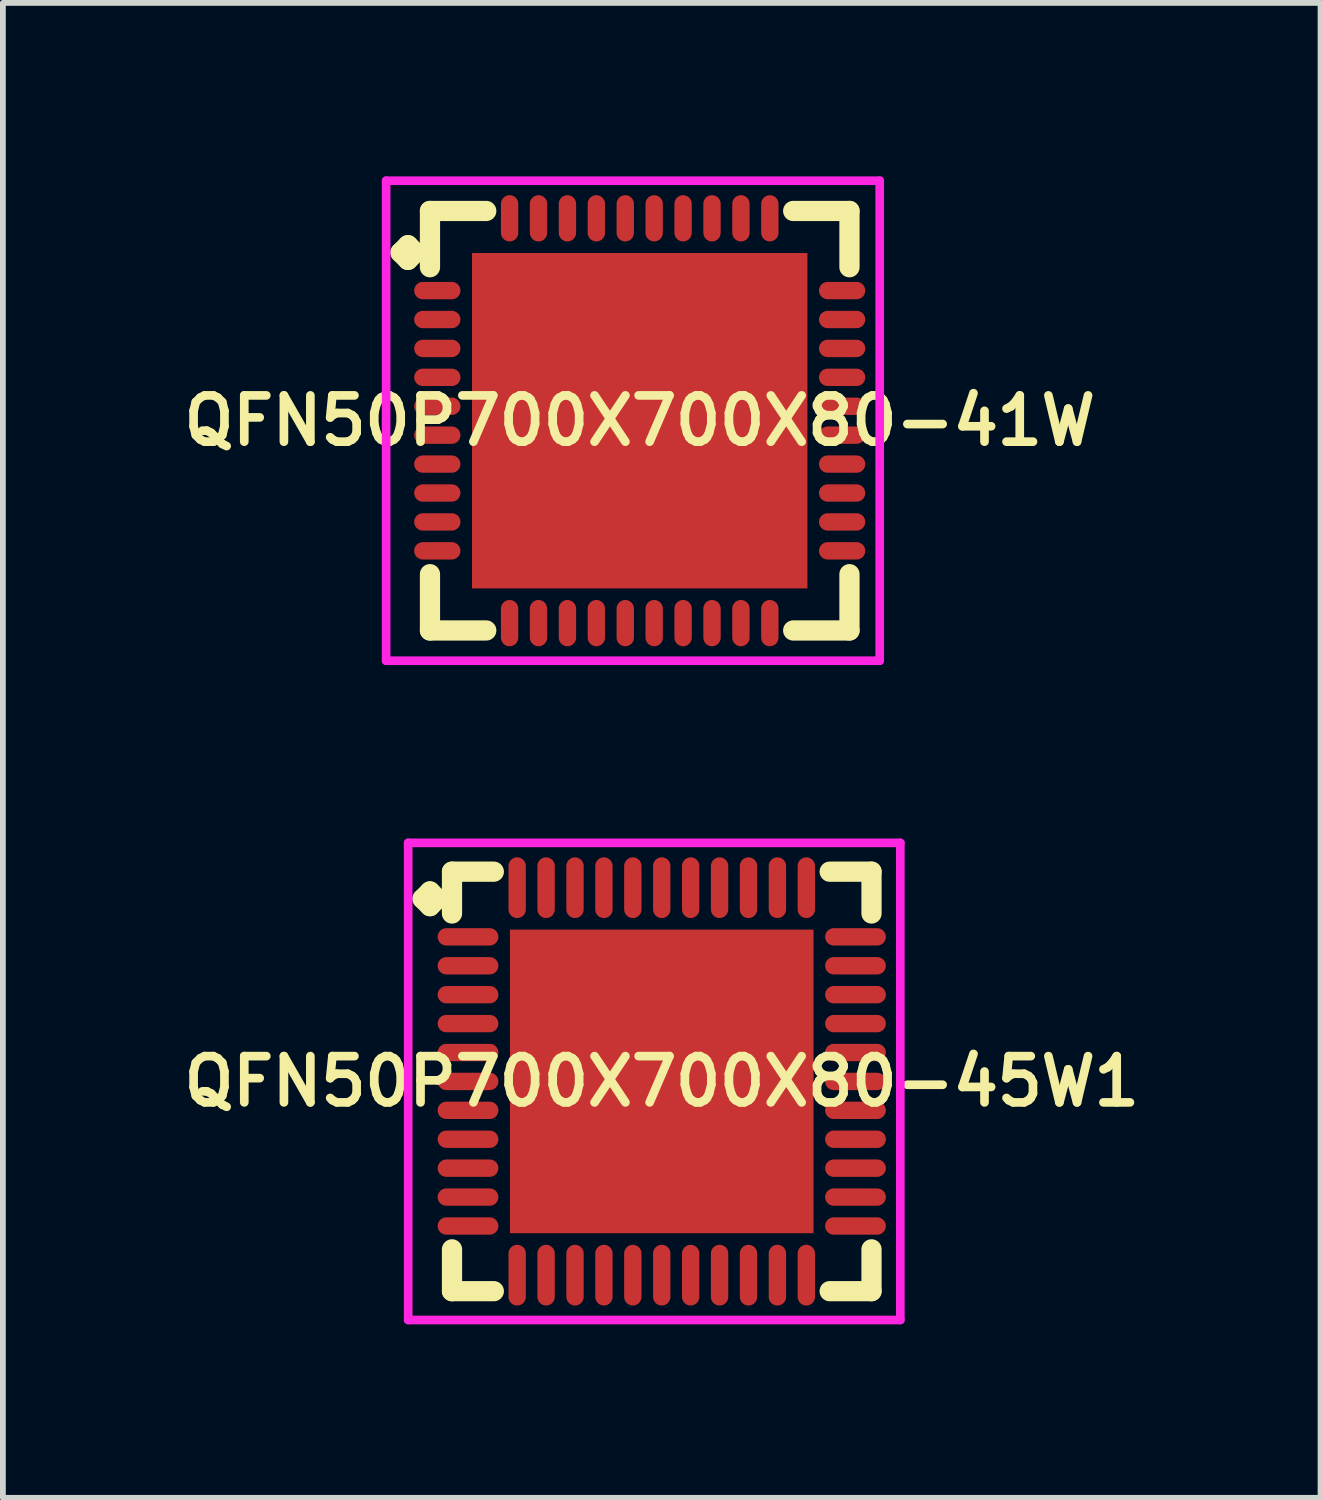
<source format=kicad_pcb>
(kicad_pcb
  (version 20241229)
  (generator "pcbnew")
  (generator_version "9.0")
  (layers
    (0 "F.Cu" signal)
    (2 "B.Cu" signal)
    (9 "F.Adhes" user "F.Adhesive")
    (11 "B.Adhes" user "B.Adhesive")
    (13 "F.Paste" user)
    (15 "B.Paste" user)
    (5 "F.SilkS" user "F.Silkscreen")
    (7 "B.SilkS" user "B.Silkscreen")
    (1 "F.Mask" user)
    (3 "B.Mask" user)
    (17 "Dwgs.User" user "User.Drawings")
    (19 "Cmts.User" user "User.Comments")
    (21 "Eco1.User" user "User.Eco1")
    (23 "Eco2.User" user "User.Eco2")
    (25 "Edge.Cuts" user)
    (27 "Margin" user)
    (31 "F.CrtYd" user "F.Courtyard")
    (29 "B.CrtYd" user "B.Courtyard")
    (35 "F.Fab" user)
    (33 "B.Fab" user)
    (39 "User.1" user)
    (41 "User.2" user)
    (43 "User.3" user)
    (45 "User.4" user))
  (footprint "QFN50P700X700X80-45W1"
    (layer "F.Cu")
    (at 8.393 15.65)
    (property "Reference" "QFN50P700X700X80-45W1" (at 0 0 0) (layer "F.SilkS") (effects (font (size 0.8 0.8) (thickness 0.15))))
    (attr smd)
    (fp_line (start -4.135 -3.158) (end -4.008 -3.285) (stroke (width 0.35) (type solid)) (layer "F.SilkS"))
    (fp_line (start -4.008 -3.285) (end -3.881 -3.158) (stroke (width 0.35) (type solid)) (layer "F.SilkS"))
    (fp_line (start -4.008 -3.031) (end -4.135 -3.158) (stroke (width 0.35) (type solid)) (layer "F.SilkS"))
    (fp_line (start -3.881 -3.158) (end -4.008 -3.031) (stroke (width 0.35) (type solid)) (layer "F.SilkS"))
    (fp_line (start -3.627 -3.627) (end -2.904 -3.627) (stroke (width 0.35) (type solid)) (layer "F.SilkS"))
    (fp_line (start -3.627 -2.904) (end -3.627 -3.627) (stroke (width 0.35) (type solid)) (layer "F.SilkS"))
    (fp_line (start -3.627 2.904) (end -3.627 3.627) (stroke (width 0.35) (type solid)) (layer "F.SilkS"))
    (fp_line (start -3.627 3.627) (end -2.904 3.627) (stroke (width 0.35) (type solid)) (layer "F.SilkS"))
    (fp_line (start 2.904 -3.627) (end 3.627 -3.627) (stroke (width 0.35) (type solid)) (layer "F.SilkS"))
    (fp_line (start 2.904 3.627) (end 3.627 3.627) (stroke (width 0.35) (type solid)) (layer "F.SilkS"))
    (fp_line (start 3.627 -3.627) (end 3.627 -2.904) (stroke (width 0.35) (type solid)) (layer "F.SilkS"))
    (fp_line (start 3.627 3.627) (end 3.627 2.904) (stroke (width 0.35) (type solid)) (layer "F.SilkS"))
    (fp_line (start -4.385 -4.125) (end 4.125 -4.125) (stroke (width 0.15) (type solid)) (layer "F.CrtYd"))
    (fp_line (start -4.385 4.125) (end -4.385 -4.125) (stroke (width 0.15) (type solid)) (layer "F.CrtYd"))
    (fp_line (start 4.125 -4.125) (end 4.125 4.125) (stroke (width 0.15) (type solid)) (layer "F.CrtYd"))
    (fp_line (start 4.125 4.125) (end -4.385 4.125) (stroke (width 0.15) (type solid)) (layer "F.CrtYd"))
    (pad "1" smd oval (at -3.35 -2.5) (size 1.05 0.3) (layers "F.Cu" "F.Mask" "F.Paste"))
    (pad "2" smd oval (at -3.35 -2) (size 1.05 0.3) (layers "F.Cu" "F.Mask" "F.Paste"))
    (pad "3" smd oval (at -3.35 -1.5) (size 1.05 0.3) (layers "F.Cu" "F.Mask" "F.Paste"))
    (pad "4" smd oval (at -3.35 -1) (size 1.05 0.3) (layers "F.Cu" "F.Mask" "F.Paste"))
    (pad "5" smd oval (at -3.35 -0.5) (size 1.05 0.3) (layers "F.Cu" "F.Mask" "F.Paste"))
    (pad "6" smd oval (at -3.35 0) (size 1.05 0.3) (layers "F.Cu" "F.Mask" "F.Paste"))
    (pad "7" smd oval (at -3.35 0.5) (size 1.05 0.3) (layers "F.Cu" "F.Mask" "F.Paste"))
    (pad "8" smd oval (at -3.35 1) (size 1.05 0.3) (layers "F.Cu" "F.Mask" "F.Paste"))
    (pad "9" smd oval (at -3.35 1.5) (size 1.05 0.3) (layers "F.Cu" "F.Mask" "F.Paste"))
    (pad "10" smd oval (at -3.35 2) (size 1.05 0.3) (layers "F.Cu" "F.Mask" "F.Paste"))
    (pad "11" smd oval (at -3.35 2.5) (size 1.05 0.3) (layers "F.Cu" "F.Mask" "F.Paste"))
    (pad "12" smd oval (at -2.5 3.35) (size 0.3 1.05) (layers "F.Cu" "F.Mask" "F.Paste"))
    (pad "13" smd oval (at -2 3.35) (size 0.3 1.05) (layers "F.Cu" "F.Mask" "F.Paste"))
    (pad "14" smd oval (at -1.5 3.35) (size 0.3 1.05) (layers "F.Cu" "F.Mask" "F.Paste"))
    (pad "15" smd oval (at -1 3.35) (size 0.3 1.05) (layers "F.Cu" "F.Mask" "F.Paste"))
    (pad "16" smd oval (at -0.5 3.35) (size 0.3 1.05) (layers "F.Cu" "F.Mask" "F.Paste"))
    (pad "17" smd oval (at 0 3.35) (size 0.3 1.05) (layers "F.Cu" "F.Mask" "F.Paste"))
    (pad "18" smd oval (at 0.5 3.35) (size 0.3 1.05) (layers "F.Cu" "F.Mask" "F.Paste"))
    (pad "19" smd oval (at 1 3.35) (size 0.3 1.05) (layers "F.Cu" "F.Mask" "F.Paste"))
    (pad "20" smd oval (at 1.5 3.35) (size 0.3 1.05) (layers "F.Cu" "F.Mask" "F.Paste"))
    (pad "21" smd oval (at 2 3.35) (size 0.3 1.05) (layers "F.Cu" "F.Mask" "F.Paste"))
    (pad "22" smd oval (at 2.5 3.35) (size 0.3 1.05) (layers "F.Cu" "F.Mask" "F.Paste"))
    (pad "23" smd oval (at 3.35 2.5) (size 1.05 0.3) (layers "F.Cu" "F.Mask" "F.Paste"))
    (pad "24" smd oval (at 3.35 2) (size 1.05 0.3) (layers "F.Cu" "F.Mask" "F.Paste"))
    (pad "25" smd oval (at 3.35 1.5) (size 1.05 0.3) (layers "F.Cu" "F.Mask" "F.Paste"))
    (pad "26" smd oval (at 3.35 1) (size 1.05 0.3) (layers "F.Cu" "F.Mask" "F.Paste"))
    (pad "27" smd oval (at 3.35 0.5) (size 1.05 0.3) (layers "F.Cu" "F.Mask" "F.Paste"))
    (pad "28" smd oval (at 3.35 0) (size 1.05 0.3) (layers "F.Cu" "F.Mask" "F.Paste"))
    (pad "29" smd oval (at 3.35 -0.5) (size 1.05 0.3) (layers "F.Cu" "F.Mask" "F.Paste"))
    (pad "30" smd oval (at 3.35 -1) (size 1.05 0.3) (layers "F.Cu" "F.Mask" "F.Paste"))
    (pad "31" smd oval (at 3.35 -1.5) (size 1.05 0.3) (layers "F.Cu" "F.Mask" "F.Paste"))
    (pad "32" smd oval (at 3.35 -2) (size 1.05 0.3) (layers "F.Cu" "F.Mask" "F.Paste"))
    (pad "33" smd oval (at 3.35 -2.5) (size 1.05 0.3) (layers "F.Cu" "F.Mask" "F.Paste"))
    (pad "34" smd oval (at 2.5 -3.35) (size 0.3 1.05) (layers "F.Cu" "F.Mask" "F.Paste"))
    (pad "35" smd oval (at 2 -3.35) (size 0.3 1.05) (layers "F.Cu" "F.Mask" "F.Paste"))
    (pad "36" smd oval (at 1.5 -3.35) (size 0.3 1.05) (layers "F.Cu" "F.Mask" "F.Paste"))
    (pad "37" smd oval (at 1 -3.35) (size 0.3 1.05) (layers "F.Cu" "F.Mask" "F.Paste"))
    (pad "38" smd oval (at 0.5 -3.35) (size 0.3 1.05) (layers "F.Cu" "F.Mask" "F.Paste"))
    (pad "39" smd oval (at 0 -3.35) (size 0.3 1.05) (layers "F.Cu" "F.Mask" "F.Paste"))
    (pad "40" smd oval (at -0.5 -3.35) (size 0.3 1.05) (layers "F.Cu" "F.Mask" "F.Paste"))
    (pad "41" smd oval (at -1 -3.35) (size 0.3 1.05) (layers "F.Cu" "F.Mask" "F.Paste"))
    (pad "42" smd oval (at -1.5 -3.35) (size 0.3 1.05) (layers "F.Cu" "F.Mask" "F.Paste"))
    (pad "43" smd oval (at -2 -3.35) (size 0.3 1.05) (layers "F.Cu" "F.Mask" "F.Paste"))
    (pad "44" smd oval (at -2.5 -3.35) (size 0.3 1.05) (layers "F.Cu" "F.Mask" "F.Paste"))
    (pad "45" smd rect (at 0 0) (size 5.25 5.25) (layers "F.Cu" "F.Mask" "F.Paste")))
  (footprint "QFN50P700X700X80-41W"
    (layer "F.Cu")
    (at 8.012 4.225)
    (property "Reference" "QFN50P700X700X80-41W" (at 0 0 0) (layer "F.SilkS") (effects (font (size 0.8 0.8) (thickness 0.15))))
    (attr smd)
    (fp_line (start -4.135 -2.908) (end -4.008 -3.035) (stroke (width 0.35) (type solid)) (layer "F.SilkS"))
    (fp_line (start -4.008 -3.035) (end -3.881 -2.908) (stroke (width 0.35) (type solid)) (layer "F.SilkS"))
    (fp_line (start -4.008 -2.781) (end -4.135 -2.908) (stroke (width 0.35) (type solid)) (layer "F.SilkS"))
    (fp_line (start -3.881 -2.908) (end -4.008 -2.781) (stroke (width 0.35) (type solid)) (layer "F.SilkS"))
    (fp_line (start -3.627 -3.627) (end -2.654 -3.627) (stroke (width 0.35) (type solid)) (layer "F.SilkS"))
    (fp_line (start -3.627 -2.654) (end -3.627 -3.627) (stroke (width 0.35) (type solid)) (layer "F.SilkS"))
    (fp_line (start -3.627 2.654) (end -3.627 3.627) (stroke (width 0.35) (type solid)) (layer "F.SilkS"))
    (fp_line (start -3.627 3.627) (end -2.654 3.627) (stroke (width 0.35) (type solid)) (layer "F.SilkS"))
    (fp_line (start 2.654 -3.627) (end 3.627 -3.627) (stroke (width 0.35) (type solid)) (layer "F.SilkS"))
    (fp_line (start 2.654 3.627) (end 3.627 3.627) (stroke (width 0.35) (type solid)) (layer "F.SilkS"))
    (fp_line (start 3.627 -3.627) (end 3.627 -2.654) (stroke (width 0.35) (type solid)) (layer "F.SilkS"))
    (fp_line (start 3.627 3.627) (end 3.627 2.654) (stroke (width 0.35) (type solid)) (layer "F.SilkS"))
    (fp_line (start -4.385 -4.15) (end 4.15 -4.15) (stroke (width 0.15) (type solid)) (layer "F.CrtYd"))
    (fp_line (start -4.385 4.15) (end -4.385 -4.15) (stroke (width 0.15) (type solid)) (layer "F.CrtYd"))
    (fp_line (start 4.15 -4.15) (end 4.15 4.15) (stroke (width 0.15) (type solid)) (layer "F.CrtYd"))
    (fp_line (start 4.15 4.15) (end -4.385 4.15) (stroke (width 0.15) (type solid)) (layer "F.CrtYd"))
    (pad "1" smd oval (at -3.5 -2.25) (size 0.8 0.3) (layers "F.Cu" "F.Mask" "F.Paste"))
    (pad "2" smd oval (at -3.5 -1.75) (size 0.8 0.3) (layers "F.Cu" "F.Mask" "F.Paste"))
    (pad "3" smd oval (at -3.5 -1.25) (size 0.8 0.3) (layers "F.Cu" "F.Mask" "F.Paste"))
    (pad "4" smd oval (at -3.5 -0.75) (size 0.8 0.3) (layers "F.Cu" "F.Mask" "F.Paste"))
    (pad "5" smd oval (at -3.5 -0.25) (size 0.8 0.3) (layers "F.Cu" "F.Mask" "F.Paste"))
    (pad "6" smd oval (at -3.5 0.25) (size 0.8 0.3) (layers "F.Cu" "F.Mask" "F.Paste"))
    (pad "7" smd oval (at -3.5 0.75) (size 0.8 0.3) (layers "F.Cu" "F.Mask" "F.Paste"))
    (pad "8" smd oval (at -3.5 1.25) (size 0.8 0.3) (layers "F.Cu" "F.Mask" "F.Paste"))
    (pad "9" smd oval (at -3.5 1.75) (size 0.8 0.3) (layers "F.Cu" "F.Mask" "F.Paste"))
    (pad "10" smd oval (at -3.5 2.25) (size 0.8 0.3) (layers "F.Cu" "F.Mask" "F.Paste"))
    (pad "11" smd oval (at -2.25 3.5) (size 0.3 0.8) (layers "F.Cu" "F.Mask" "F.Paste"))
    (pad "12" smd oval (at -1.75 3.5) (size 0.3 0.8) (layers "F.Cu" "F.Mask" "F.Paste"))
    (pad "13" smd oval (at -1.25 3.5) (size 0.3 0.8) (layers "F.Cu" "F.Mask" "F.Paste"))
    (pad "14" smd oval (at -0.75 3.5) (size 0.3 0.8) (layers "F.Cu" "F.Mask" "F.Paste"))
    (pad "15" smd oval (at -0.25 3.5) (size 0.3 0.8) (layers "F.Cu" "F.Mask" "F.Paste"))
    (pad "16" smd oval (at 0.25 3.5) (size 0.3 0.8) (layers "F.Cu" "F.Mask" "F.Paste"))
    (pad "17" smd oval (at 0.75 3.5) (size 0.3 0.8) (layers "F.Cu" "F.Mask" "F.Paste"))
    (pad "18" smd oval (at 1.25 3.5) (size 0.3 0.8) (layers "F.Cu" "F.Mask" "F.Paste"))
    (pad "19" smd oval (at 1.75 3.5) (size 0.3 0.8) (layers "F.Cu" "F.Mask" "F.Paste"))
    (pad "20" smd oval (at 2.25 3.5) (size 0.3 0.8) (layers "F.Cu" "F.Mask" "F.Paste"))
    (pad "21" smd oval (at 3.5 2.25) (size 0.8 0.3) (layers "F.Cu" "F.Mask" "F.Paste"))
    (pad "22" smd oval (at 3.5 1.75) (size 0.8 0.3) (layers "F.Cu" "F.Mask" "F.Paste"))
    (pad "23" smd oval (at 3.5 1.25) (size 0.8 0.3) (layers "F.Cu" "F.Mask" "F.Paste"))
    (pad "24" smd oval (at 3.5 0.75) (size 0.8 0.3) (layers "F.Cu" "F.Mask" "F.Paste"))
    (pad "25" smd oval (at 3.5 0.25) (size 0.8 0.3) (layers "F.Cu" "F.Mask" "F.Paste"))
    (pad "26" smd oval (at 3.5 -0.25) (size 0.8 0.3) (layers "F.Cu" "F.Mask" "F.Paste"))
    (pad "27" smd oval (at 3.5 -0.75) (size 0.8 0.3) (layers "F.Cu" "F.Mask" "F.Paste"))
    (pad "28" smd oval (at 3.5 -1.25) (size 0.8 0.3) (layers "F.Cu" "F.Mask" "F.Paste"))
    (pad "29" smd oval (at 3.5 -1.75) (size 0.8 0.3) (layers "F.Cu" "F.Mask" "F.Paste"))
    (pad "30" smd oval (at 3.5 -2.25) (size 0.8 0.3) (layers "F.Cu" "F.Mask" "F.Paste"))
    (pad "31" smd oval (at 2.25 -3.5) (size 0.3 0.8) (layers "F.Cu" "F.Mask" "F.Paste"))
    (pad "32" smd oval (at 1.75 -3.5) (size 0.3 0.8) (layers "F.Cu" "F.Mask" "F.Paste"))
    (pad "33" smd oval (at 1.25 -3.5) (size 0.3 0.8) (layers "F.Cu" "F.Mask" "F.Paste"))
    (pad "34" smd oval (at 0.75 -3.5) (size 0.3 0.8) (layers "F.Cu" "F.Mask" "F.Paste"))
    (pad "35" smd oval (at 0.25 -3.5) (size 0.3 0.8) (layers "F.Cu" "F.Mask" "F.Paste"))
    (pad "36" smd oval (at -0.25 -3.5) (size 0.3 0.8) (layers "F.Cu" "F.Mask" "F.Paste"))
    (pad "37" smd oval (at -0.75 -3.5) (size 0.3 0.8) (layers "F.Cu" "F.Mask" "F.Paste"))
    (pad "38" smd oval (at -1.25 -3.5) (size 0.3 0.8) (layers "F.Cu" "F.Mask" "F.Paste"))
    (pad "39" smd oval (at -1.75 -3.5) (size 0.3 0.8) (layers "F.Cu" "F.Mask" "F.Paste"))
    (pad "40" smd oval (at -2.25 -3.5) (size 0.3 0.8) (layers "F.Cu" "F.Mask" "F.Paste"))
    (pad "41" smd rect (at 0 0) (size 5.8 5.8) (layers "F.Cu" "F.Mask" "F.Paste")))
  (gr_rect
    (start -3 -3)
    (end 19.785 22.85)
    (stroke (width 0.1) (type default))
    (fill no)
    (layer "Edge.Cuts")))
</source>
